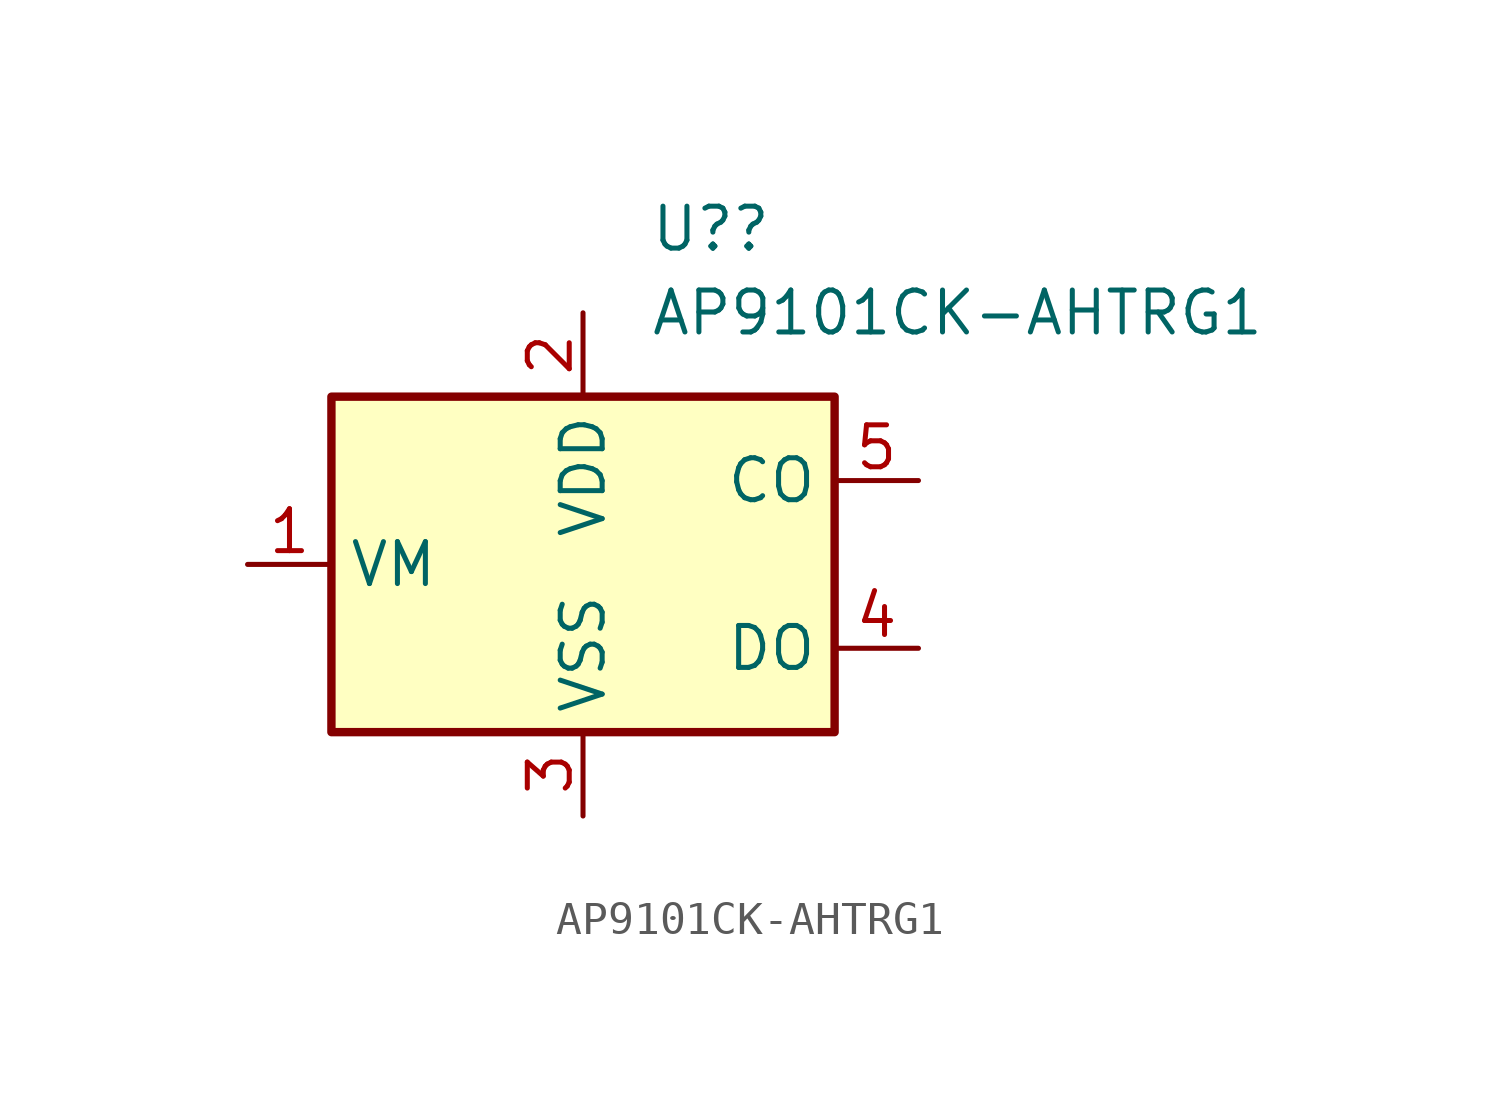
<source format=kicad_sym>
(kicad_symbol_lib
  (version 20211014)
  (generator kicad_symbol_editor)
  (symbol "AP9101CK-AHTRG1"
    (property "Reference" "U?"
      (at 2.019 10.16 0)
      (effects (font (size 1.27 1.27)) (justify left)))
    (property "Value" "AP9101CK-AHTRG1"
      (at 2.019 7.62 0)
      (effects (font (size 1.27 1.27)) (justify left)))
    (symbol "AP9101CK-AHTRG1_0_1"
      (rectangle (start -7.62 5.08) (end 7.62 -5.08) (stroke (width 0.254) (type default) (color 0 0 0 0)) (fill (type background))))
    (symbol "AP9101CK-AHTRG1_1_1"
      (pin passive line (at -10.16 0 0) (length 2.54) (name "VM" (effects (font (size 1.27 1.27)))) (number "1" (effects (font (size 1.27 1.27)))))
      (pin power_in line (at 0 7.62 270) (length 2.54) (name "VDD" (effects (font (size 1.27 1.27)))) (number "2" (effects (font (size 1.27 1.27)))))
      (pin power_in line (at 0 -7.62 90) (length 2.54) (name "VSS" (effects (font (size 1.27 1.27)))) (number "3" (effects (font (size 1.27 1.27)))))
      (pin output line (at 10.16 -2.54 180) (length 2.54) (name "DO" (effects (font (size 1.27 1.27)))) (number "4" (effects (font (size 1.27 1.27)))))
      (pin output line (at 10.16 2.54 180) (length 2.54) (name "CO" (effects (font (size 1.27 1.27)))) (number "5" (effects (font (size 1.27 1.27))))))))
</source>
